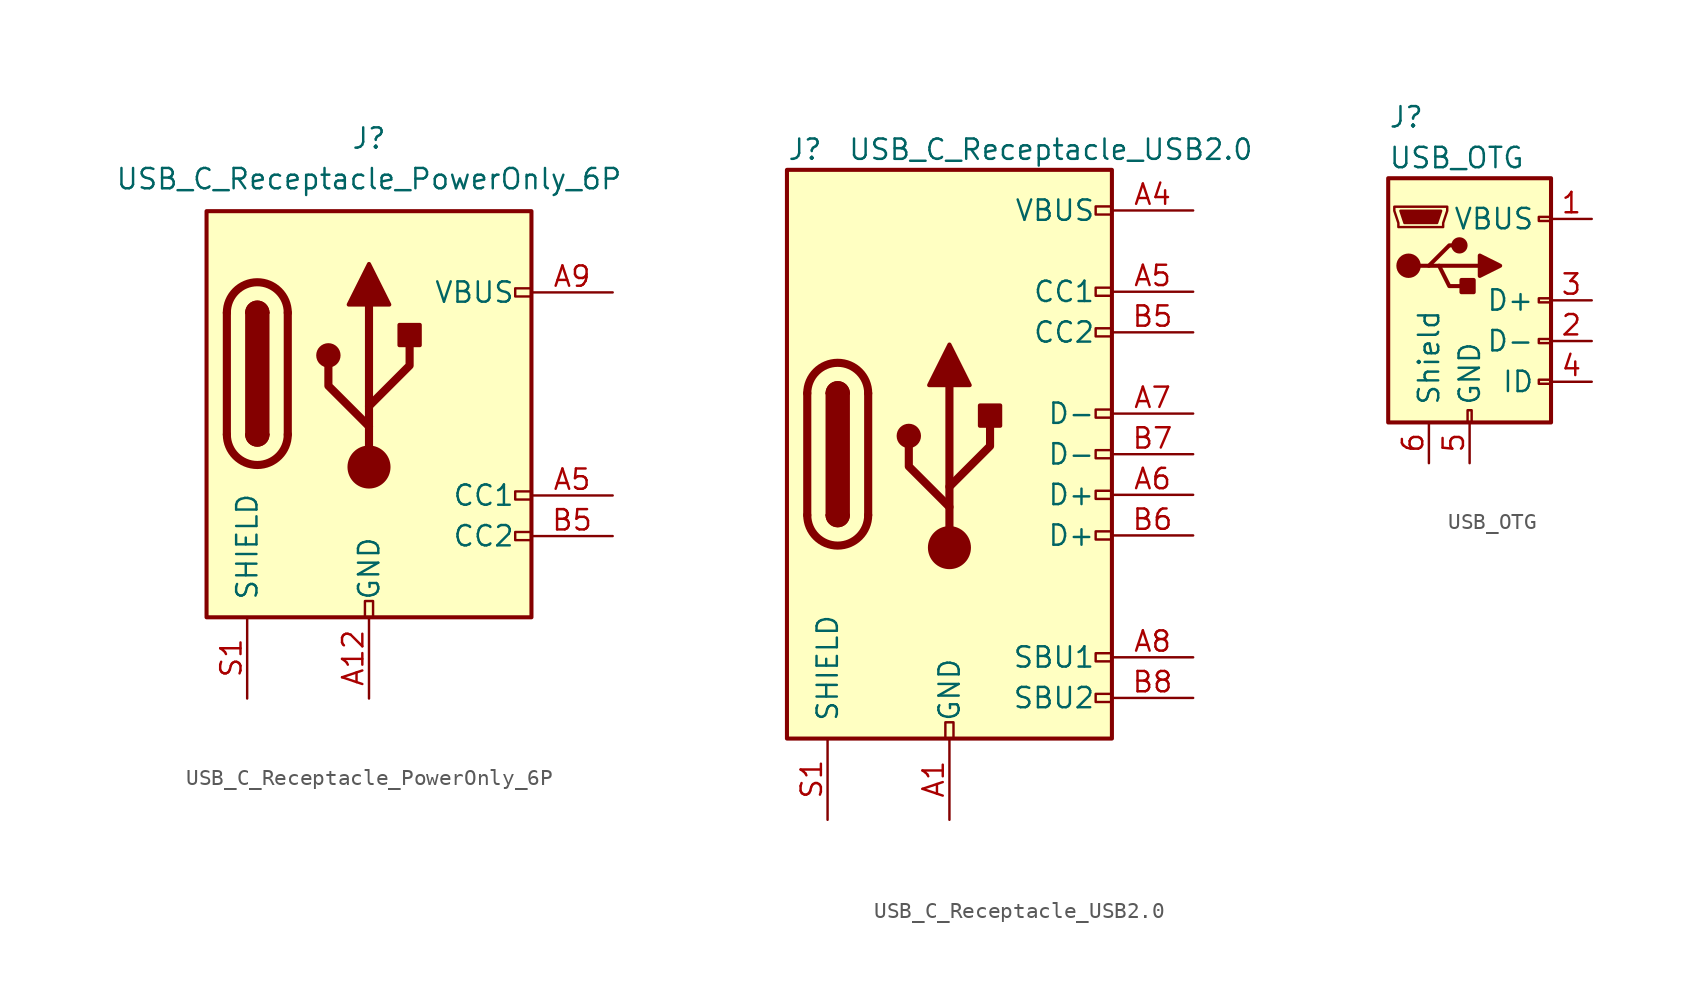
<source format=kicad_sym>
(kicad_symbol_lib
  (version 20241209)
  (generator "kicad_symbol_editor")
  (generator_version "9.0")
  (symbol "USB_C_Receptacle_PowerOnly_6P"
    (pin_names
      (offset 1.016))
    (property "Reference" "J"
      (at 0 16.51 0)
      (effects (font (size 1.27 1.27)) (justify bottom)))
    (property "Value" "USB_C_Receptacle_PowerOnly_6P"
      (at 0 13.97 0)
      (effects (font (size 1.27 1.27)) (justify bottom)))
    (symbol "USB_C_Receptacle_PowerOnly_6P_0_0"
      (rectangle (start -0.254 -12.7) (end 0.254 -11.684) (stroke (width 0) (type default)) (fill (type none)))
      (rectangle (start 10.16 7.874) (end 9.144 7.366) (stroke (width 0) (type default)) (fill (type none)))
      (rectangle (start 10.16 -4.826) (end 9.144 -5.334) (stroke (width 0) (type default)) (fill (type none)))
      (rectangle (start 10.16 -7.366) (end 9.144 -7.874) (stroke (width 0) (type default)) (fill (type none))))
    (symbol "USB_C_Receptacle_PowerOnly_6P_0_1"
      (rectangle (start -10.16 12.7) (end 10.16 -12.7) (stroke (width 0.254) (type default)) (fill (type background)))
      (polyline (pts (xy -8.89 -1.27) (xy -8.89 6.35)) (stroke (width 0.508) (type default)) (fill (type none)))
      (rectangle (start -7.62 -1.27) (end -6.35 6.35) (stroke (width 0.254) (type default)) (fill (type outline)))
      (arc (start -7.62 6.35) (mid -6.985 6.9823) (end -6.35 6.35) (stroke (width 0.254) (type default)) (fill (type none)))
      (arc (start -7.62 6.35) (mid -6.985 6.9823) (end -6.35 6.35) (stroke (width 0.254) (type default)) (fill (type outline)))
      (arc (start -8.89 6.35) (mid -6.985 8.2467) (end -5.08 6.35) (stroke (width 0.508) (type default)) (fill (type none)))
      (arc (start -5.08 -1.27) (mid -6.985 -3.1667) (end -8.89 -1.27) (stroke (width 0.508) (type default)) (fill (type none)))
      (arc (start -6.35 -1.27) (mid -6.985 -1.9023) (end -7.62 -1.27) (stroke (width 0.254) (type default)) (fill (type none)))
      (arc (start -6.35 -1.27) (mid -6.985 -1.9023) (end -7.62 -1.27) (stroke (width 0.254) (type default)) (fill (type outline)))
      (polyline (pts (xy -5.08 6.35) (xy -5.08 -1.27)) (stroke (width 0.508) (type default)) (fill (type none)))
      (circle (center -2.54 3.683) (radius 0.635) (stroke (width 0.254) (type default)) (fill (type outline)))
      (polyline (pts (xy -1.27 6.858) (xy 0 9.398) (xy 1.27 6.858) (xy -1.27 6.858)) (stroke (width 0.254) (type default)) (fill (type outline)))
      (polyline (pts (xy 0 0.508) (xy 2.54 3.048) (xy 2.54 4.318)) (stroke (width 0.508) (type default)) (fill (type none)))
      (polyline (pts (xy 0 -0.762) (xy -2.54 1.778) (xy -2.54 3.048)) (stroke (width 0.508) (type default)) (fill (type none)))
      (polyline (pts (xy 0 -3.302) (xy 0 6.858)) (stroke (width 0.508) (type default)) (fill (type none)))
      (circle (center 0 -3.302) (radius 1.27) (stroke (width 0) (type default)) (fill (type outline)))
      (rectangle (start 1.905 4.318) (end 3.175 5.588) (stroke (width 0.254) (type default)) (fill (type outline))))
    (symbol "USB_C_Receptacle_PowerOnly_6P_1_1"
      (pin passive line (at -7.62 -17.78 90) (length 5.08) (name "SHIELD" (effects (font (size 1.27 1.27)))) (number "S1" (effects (font (size 1.27 1.27)))))
      (pin passive line (at 0 -17.78 90) (length 5.08) (name "GND" (effects (font (size 1.27 1.27)))) (number "A12" (effects (font (size 1.27 1.27)))))
      (pin passive line (at 0 -17.78 90) (length 5.08) (hide yes) (name "GND" (effects (font (size 1.27 1.27)))) (number "B12" (effects (font (size 1.27 1.27)))))
      (pin passive line (at 15.24 7.62 180) (length 5.08) (name "VBUS" (effects (font (size 1.27 1.27)))) (number "A9" (effects (font (size 1.27 1.27)))))
      (pin passive line (at 15.24 7.62 180) (length 5.08) (hide yes) (name "VBUS" (effects (font (size 1.27 1.27)))) (number "B9" (effects (font (size 1.27 1.27)))))
      (pin bidirectional line (at 15.24 -5.08 180) (length 5.08) (name "CC1" (effects (font (size 1.27 1.27)))) (number "A5" (effects (font (size 1.27 1.27)))))
      (pin bidirectional line (at 15.24 -7.62 180) (length 5.08) (name "CC2" (effects (font (size 1.27 1.27)))) (number "B5" (effects (font (size 1.27 1.27)))))))
  (symbol "USB_C_Receptacle_USB2.0"
    (pin_names
      (offset 1.016))
    (property "Reference" "J"
      (at -10.16 19.05 0)
      (effects (font (size 1.27 1.27)) (justify left)))
    (property "Value" "USB_C_Receptacle_USB2.0"
      (at 19.05 19.05 0)
      (effects (font (size 1.27 1.27)) (justify right)))
    (symbol "USB_C_Receptacle_USB2.0_0_0"
      (rectangle (start -0.254 -17.78) (end 0.254 -16.764) (stroke (width 0) (type default)) (fill (type none)))
      (rectangle (start 10.16 15.494) (end 9.144 14.986) (stroke (width 0) (type default)) (fill (type none)))
      (rectangle (start 10.16 10.414) (end 9.144 9.906) (stroke (width 0) (type default)) (fill (type none)))
      (rectangle (start 10.16 7.874) (end 9.144 7.366) (stroke (width 0) (type default)) (fill (type none)))
      (rectangle (start 10.16 2.794) (end 9.144 2.286) (stroke (width 0) (type default)) (fill (type none)))
      (rectangle (start 10.16 0.254) (end 9.144 -0.254) (stroke (width 0) (type default)) (fill (type none)))
      (rectangle (start 10.16 -2.286) (end 9.144 -2.794) (stroke (width 0) (type default)) (fill (type none)))
      (rectangle (start 10.16 -4.826) (end 9.144 -5.334) (stroke (width 0) (type default)) (fill (type none)))
      (rectangle (start 10.16 -12.446) (end 9.144 -12.954) (stroke (width 0) (type default)) (fill (type none)))
      (rectangle (start 10.16 -14.986) (end 9.144 -15.494) (stroke (width 0) (type default)) (fill (type none))))
    (symbol "USB_C_Receptacle_USB2.0_0_1"
      (rectangle (start -10.16 17.78) (end 10.16 -17.78) (stroke (width 0.254) (type default)) (fill (type background)))
      (polyline (pts (xy -8.89 -3.81) (xy -8.89 3.81)) (stroke (width 0.508) (type default)) (fill (type none)))
      (rectangle (start -7.62 -3.81) (end -6.35 3.81) (stroke (width 0.254) (type default)) (fill (type outline)))
      (arc (start -7.62 3.81) (mid -6.985 4.4423) (end -6.35 3.81) (stroke (width 0.254) (type default)) (fill (type none)))
      (arc (start -7.62 3.81) (mid -6.985 4.4423) (end -6.35 3.81) (stroke (width 0.254) (type default)) (fill (type outline)))
      (arc (start -8.89 3.81) (mid -6.985 5.7067) (end -5.08 3.81) (stroke (width 0.508) (type default)) (fill (type none)))
      (arc (start -5.08 -3.81) (mid -6.985 -5.7067) (end -8.89 -3.81) (stroke (width 0.508) (type default)) (fill (type none)))
      (arc (start -6.35 -3.81) (mid -6.985 -4.4423) (end -7.62 -3.81) (stroke (width 0.254) (type default)) (fill (type none)))
      (arc (start -6.35 -3.81) (mid -6.985 -4.4423) (end -7.62 -3.81) (stroke (width 0.254) (type default)) (fill (type outline)))
      (polyline (pts (xy -5.08 3.81) (xy -5.08 -3.81)) (stroke (width 0.508) (type default)) (fill (type none)))
      (circle (center -2.54 1.143) (radius 0.635) (stroke (width 0.254) (type default)) (fill (type outline)))
      (polyline (pts (xy -1.27 4.318) (xy 0 6.858) (xy 1.27 4.318) (xy -1.27 4.318)) (stroke (width 0.254) (type default)) (fill (type outline)))
      (polyline (pts (xy 0 -2.032) (xy 2.54 0.508) (xy 2.54 1.778)) (stroke (width 0.508) (type default)) (fill (type none)))
      (polyline (pts (xy 0 -3.302) (xy -2.54 -0.762) (xy -2.54 0.508)) (stroke (width 0.508) (type default)) (fill (type none)))
      (polyline (pts (xy 0 -5.842) (xy 0 4.318)) (stroke (width 0.508) (type default)) (fill (type none)))
      (circle (center 0 -5.842) (radius 1.27) (stroke (width 0) (type default)) (fill (type outline)))
      (rectangle (start 1.905 1.778) (end 3.175 3.048) (stroke (width 0.254) (type default)) (fill (type outline))))
    (symbol "USB_C_Receptacle_USB2.0_1_1"
      (pin passive line (at -7.62 -22.86 90) (length 5.08) (name "SHIELD" (effects (font (size 1.27 1.27)))) (number "S1" (effects (font (size 1.27 1.27)))))
      (pin passive line (at 0 -22.86 90) (length 5.08) (name "GND" (effects (font (size 1.27 1.27)))) (number "A1" (effects (font (size 1.27 1.27)))))
      (pin passive line (at 0 -22.86 90) (length 5.08) (hide yes) (name "GND" (effects (font (size 1.27 1.27)))) (number "A12" (effects (font (size 1.27 1.27)))))
      (pin passive line (at 0 -22.86 90) (length 5.08) (hide yes) (name "GND" (effects (font (size 1.27 1.27)))) (number "B1" (effects (font (size 1.27 1.27)))))
      (pin passive line (at 0 -22.86 90) (length 5.08) (hide yes) (name "GND" (effects (font (size 1.27 1.27)))) (number "B12" (effects (font (size 1.27 1.27)))))
      (pin passive line (at 15.24 15.24 180) (length 5.08) (name "VBUS" (effects (font (size 1.27 1.27)))) (number "A4" (effects (font (size 1.27 1.27)))))
      (pin passive line (at 15.24 15.24 180) (length 5.08) (hide yes) (name "VBUS" (effects (font (size 1.27 1.27)))) (number "A9" (effects (font (size 1.27 1.27)))))
      (pin passive line (at 15.24 15.24 180) (length 5.08) (hide yes) (name "VBUS" (effects (font (size 1.27 1.27)))) (number "B4" (effects (font (size 1.27 1.27)))))
      (pin passive line (at 15.24 15.24 180) (length 5.08) (hide yes) (name "VBUS" (effects (font (size 1.27 1.27)))) (number "B9" (effects (font (size 1.27 1.27)))))
      (pin bidirectional line (at 15.24 10.16 180) (length 5.08) (name "CC1" (effects (font (size 1.27 1.27)))) (number "A5" (effects (font (size 1.27 1.27)))))
      (pin bidirectional line (at 15.24 7.62 180) (length 5.08) (name "CC2" (effects (font (size 1.27 1.27)))) (number "B5" (effects (font (size 1.27 1.27)))))
      (pin bidirectional line (at 15.24 2.54 180) (length 5.08) (name "D-" (effects (font (size 1.27 1.27)))) (number "A7" (effects (font (size 1.27 1.27)))))
      (pin bidirectional line (at 15.24 0 180) (length 5.08) (name "D-" (effects (font (size 1.27 1.27)))) (number "B7" (effects (font (size 1.27 1.27)))))
      (pin bidirectional line (at 15.24 -2.54 180) (length 5.08) (name "D+" (effects (font (size 1.27 1.27)))) (number "A6" (effects (font (size 1.27 1.27)))))
      (pin bidirectional line (at 15.24 -5.08 180) (length 5.08) (name "D+" (effects (font (size 1.27 1.27)))) (number "B6" (effects (font (size 1.27 1.27)))))
      (pin bidirectional line (at 15.24 -12.7 180) (length 5.08) (name "SBU1" (effects (font (size 1.27 1.27)))) (number "A8" (effects (font (size 1.27 1.27)))))
      (pin bidirectional line (at 15.24 -15.24 180) (length 5.08) (name "SBU2" (effects (font (size 1.27 1.27)))) (number "B8" (effects (font (size 1.27 1.27)))))))
  (symbol "USB_OTG"
    (pin_names
      (offset 1.016))
    (property "Reference" "J"
      (at -5.08 11.43 0)
      (effects (font (size 1.27 1.27)) (justify left)))
    (property "Value" "USB_OTG"
      (at -5.08 8.89 0)
      (effects (font (size 1.27 1.27)) (justify left)))
    (symbol "USB_OTG_0_1"
      (rectangle (start -5.08 -7.62) (end 5.08 7.62) (stroke (width 0.254) (type default)) (fill (type background)))
      (polyline (pts (xy -4.699 5.842) (xy -4.699 5.588) (xy -4.445 4.826) (xy -4.445 4.572) (xy -1.651 4.572) (xy -1.651 4.826) (xy -1.397 5.588) (xy -1.397 5.842) (xy -4.699 5.842)) (stroke (width 0) (type default)) (fill (type none)))
      (polyline (pts (xy -4.318 5.588) (xy -1.778 5.588) (xy -2.032 4.826) (xy -4.064 4.826) (xy -4.318 5.588)) (stroke (width 0) (type default)) (fill (type outline)))
      (circle (center -3.81 2.159) (radius 0.635) (stroke (width 0.254) (type default)) (fill (type outline)))
      (polyline (pts (xy -3.175 2.159) (xy -2.54 2.159) (xy -1.27 3.429) (xy -0.635 3.429)) (stroke (width 0.254) (type default)) (fill (type none)))
      (polyline (pts (xy -2.54 2.159) (xy -1.905 2.159) (xy -1.27 0.889) (xy 0 0.889)) (stroke (width 0.254) (type default)) (fill (type none)))
      (polyline (pts (xy -1.905 2.159) (xy 0.635 2.159)) (stroke (width 0.254) (type default)) (fill (type none)))
      (circle (center -0.635 3.429) (radius 0.381) (stroke (width 0.254) (type default)) (fill (type outline)))
      (rectangle (start -0.127 -7.62) (end 0.127 -6.858) (stroke (width 0) (type default)) (fill (type none)))
      (rectangle (start 0.254 1.27) (end -0.508 0.508) (stroke (width 0.254) (type default)) (fill (type outline)))
      (polyline (pts (xy 0.635 2.794) (xy 0.635 1.524) (xy 1.905 2.159) (xy 0.635 2.794)) (stroke (width 0.254) (type default)) (fill (type outline)))
      (rectangle (start 5.08 4.953) (end 4.318 5.207) (stroke (width 0) (type default)) (fill (type none)))
      (rectangle (start 5.08 -0.127) (end 4.318 0.127) (stroke (width 0) (type default)) (fill (type none)))
      (rectangle (start 5.08 -2.667) (end 4.318 -2.413) (stroke (width 0) (type default)) (fill (type none)))
      (rectangle (start 5.08 -5.207) (end 4.318 -4.953) (stroke (width 0) (type default)) (fill (type none))))
    (symbol "USB_OTG_1_1"
      (pin passive line (at -2.54 -10.16 90) (length 2.54) (name "Shield" (effects (font (size 1.27 1.27)))) (number "6" (effects (font (size 1.27 1.27)))))
      (pin passive line (at 0 -10.16 90) (length 2.54) (name "GND" (effects (font (size 1.27 1.27)))) (number "5" (effects (font (size 1.27 1.27)))))
      (pin passive line (at 7.62 5.08 180) (length 2.54) (name "VBUS" (effects (font (size 1.27 1.27)))) (number "1" (effects (font (size 1.27 1.27)))))
      (pin bidirectional line (at 7.62 0 180) (length 2.54) (name "D+" (effects (font (size 1.27 1.27)))) (number "3" (effects (font (size 1.27 1.27)))))
      (pin bidirectional line (at 7.62 -2.54 180) (length 2.54) (name "D-" (effects (font (size 1.27 1.27)))) (number "2" (effects (font (size 1.27 1.27)))))
      (pin passive line (at 7.62 -5.08 180) (length 2.54) (name "ID" (effects (font (size 1.27 1.27)))) (number "4" (effects (font (size 1.27 1.27))))))))
</source>
